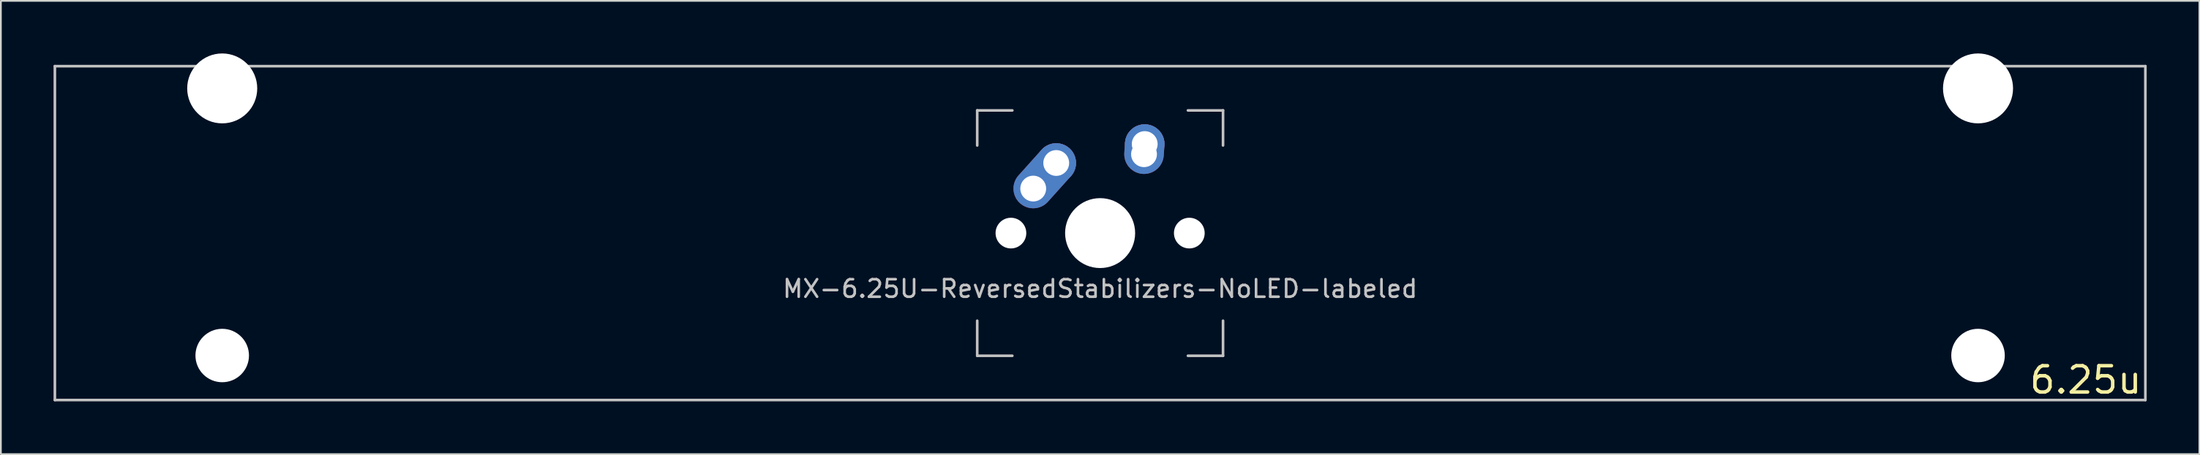
<source format=kicad_pcb>
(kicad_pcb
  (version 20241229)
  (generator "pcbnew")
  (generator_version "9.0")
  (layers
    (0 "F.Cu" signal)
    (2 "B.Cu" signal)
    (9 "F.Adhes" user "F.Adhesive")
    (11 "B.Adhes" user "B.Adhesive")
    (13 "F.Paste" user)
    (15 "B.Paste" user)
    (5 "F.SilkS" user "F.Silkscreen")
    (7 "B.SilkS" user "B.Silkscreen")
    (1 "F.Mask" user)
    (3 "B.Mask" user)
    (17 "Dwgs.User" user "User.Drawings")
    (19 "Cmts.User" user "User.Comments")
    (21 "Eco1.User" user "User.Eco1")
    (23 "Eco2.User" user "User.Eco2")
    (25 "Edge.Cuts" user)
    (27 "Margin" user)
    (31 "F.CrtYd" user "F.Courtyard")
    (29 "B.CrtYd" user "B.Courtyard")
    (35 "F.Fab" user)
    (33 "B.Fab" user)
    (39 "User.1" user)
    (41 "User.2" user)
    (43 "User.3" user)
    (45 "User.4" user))
  (footprint "MX-6.25U-ReversedStabilizers-NoLED-labeled"
    (layer "F.Cu")
    (at 59.606 10.249)
    (property "Reference" "MX-6.25U-ReversedStabilizers-NoLED-labeled" (at 0 3.175 0) (layer "Dwgs.User") (effects (font (size 1 1) (thickness 0.15))))
    (attr through_hole)
    (fp_line (start -59.531 -9.525) (end 59.531 -9.525) (stroke (width 0.15) (type solid)) (layer "Dwgs.User"))
    (fp_line (start -59.531 9.525) (end -59.531 -9.525) (stroke (width 0.15) (type solid)) (layer "Dwgs.User"))
    (fp_line (start -59.531 9.525) (end 59.531 9.525) (stroke (width 0.15) (type solid)) (layer "Dwgs.User"))
    (fp_line (start -7 -7) (end -7 -5) (stroke (width 0.15) (type solid)) (layer "Dwgs.User"))
    (fp_line (start -7 5) (end -7 7) (stroke (width 0.15) (type solid)) (layer "Dwgs.User"))
    (fp_line (start -7 7) (end -5 7) (stroke (width 0.15) (type solid)) (layer "Dwgs.User"))
    (fp_line (start -5 -7) (end -7 -7) (stroke (width 0.15) (type solid)) (layer "Dwgs.User"))
    (fp_line (start 5 -7) (end 7 -7) (stroke (width 0.15) (type solid)) (layer "Dwgs.User"))
    (fp_line (start 5 7) (end 7 7) (stroke (width 0.15) (type solid)) (layer "Dwgs.User"))
    (fp_line (start 7 -7) (end 7 -5) (stroke (width 0.15) (type solid)) (layer "Dwgs.User"))
    (fp_line (start 7 7) (end 7 5) (stroke (width 0.15) (type solid)) (layer "Dwgs.User"))
    (fp_line (start 59.531 -9.525) (end 59.531 9.525) (stroke (width 0.15) (type solid)) (layer "Dwgs.User"))
    (fp_text user "6.25u" (at 56.134 8.382 0) (layer "F.SilkS") (effects (font (size 1.5 1.5) (thickness 0.2))))
    (pad "" np_thru_hole circle (at -50 -8.255) (size 3.988 3.988) (drill 3.988) (layers "*.Cu" "*.Mask"))
    (pad "" np_thru_hole circle (at -50 6.985) (size 3.048 3.048) (drill 3.048) (layers "*.Cu" "*.Mask"))
    (pad "" np_thru_hole circle (at -5.08 0 48.1) (size 1.75 1.75) (drill 1.75) (layers "*.Cu" "*.Mask"))
    (pad "" np_thru_hole circle (at 0 0) (size 3.988 3.988) (drill 3.988) (layers "*.Cu" "*.Mask"))
    (pad "" np_thru_hole circle (at 5.08 0 48.1) (size 1.75 1.75) (drill 1.75) (layers "*.Cu" "*.Mask"))
    (pad "" np_thru_hole circle (at 50 -8.255) (size 3.988 3.988) (drill 3.988) (layers "*.Cu" "*.Mask"))
    (pad "" np_thru_hole circle (at 50 6.985) (size 3.048 3.048) (drill 3.048) (layers "*.Cu" "*.Mask"))
    (pad "1" thru_hole oval (at -3.81 -2.54 48.1) (size 4.212 2.25) (drill 1.47 (offset 0.981 0)) (layers "*.Cu" "B.Mask"))
    (pad "1" thru_hole circle (at -2.5 -4) (size 2.25 2.25) (drill 1.47) (layers "*.Cu" "B.Mask"))
    (pad "2" thru_hole oval (at 2.5 -4.5 86.055) (size 2.831 2.25) (drill 1.47 (offset 0.291 0)) (layers "*.Cu" "B.Mask"))
    (pad "2" thru_hole circle (at 2.54 -5.08) (size 2.25 2.25) (drill 1.47) (layers "*.Cu" "B.Mask")))
  (gr_rect
    (start -3 -3)
    (end 122.213 22.859)
    (stroke (width 0.1) (type default))
    (fill no)
    (layer "Edge.Cuts")))
</source>
